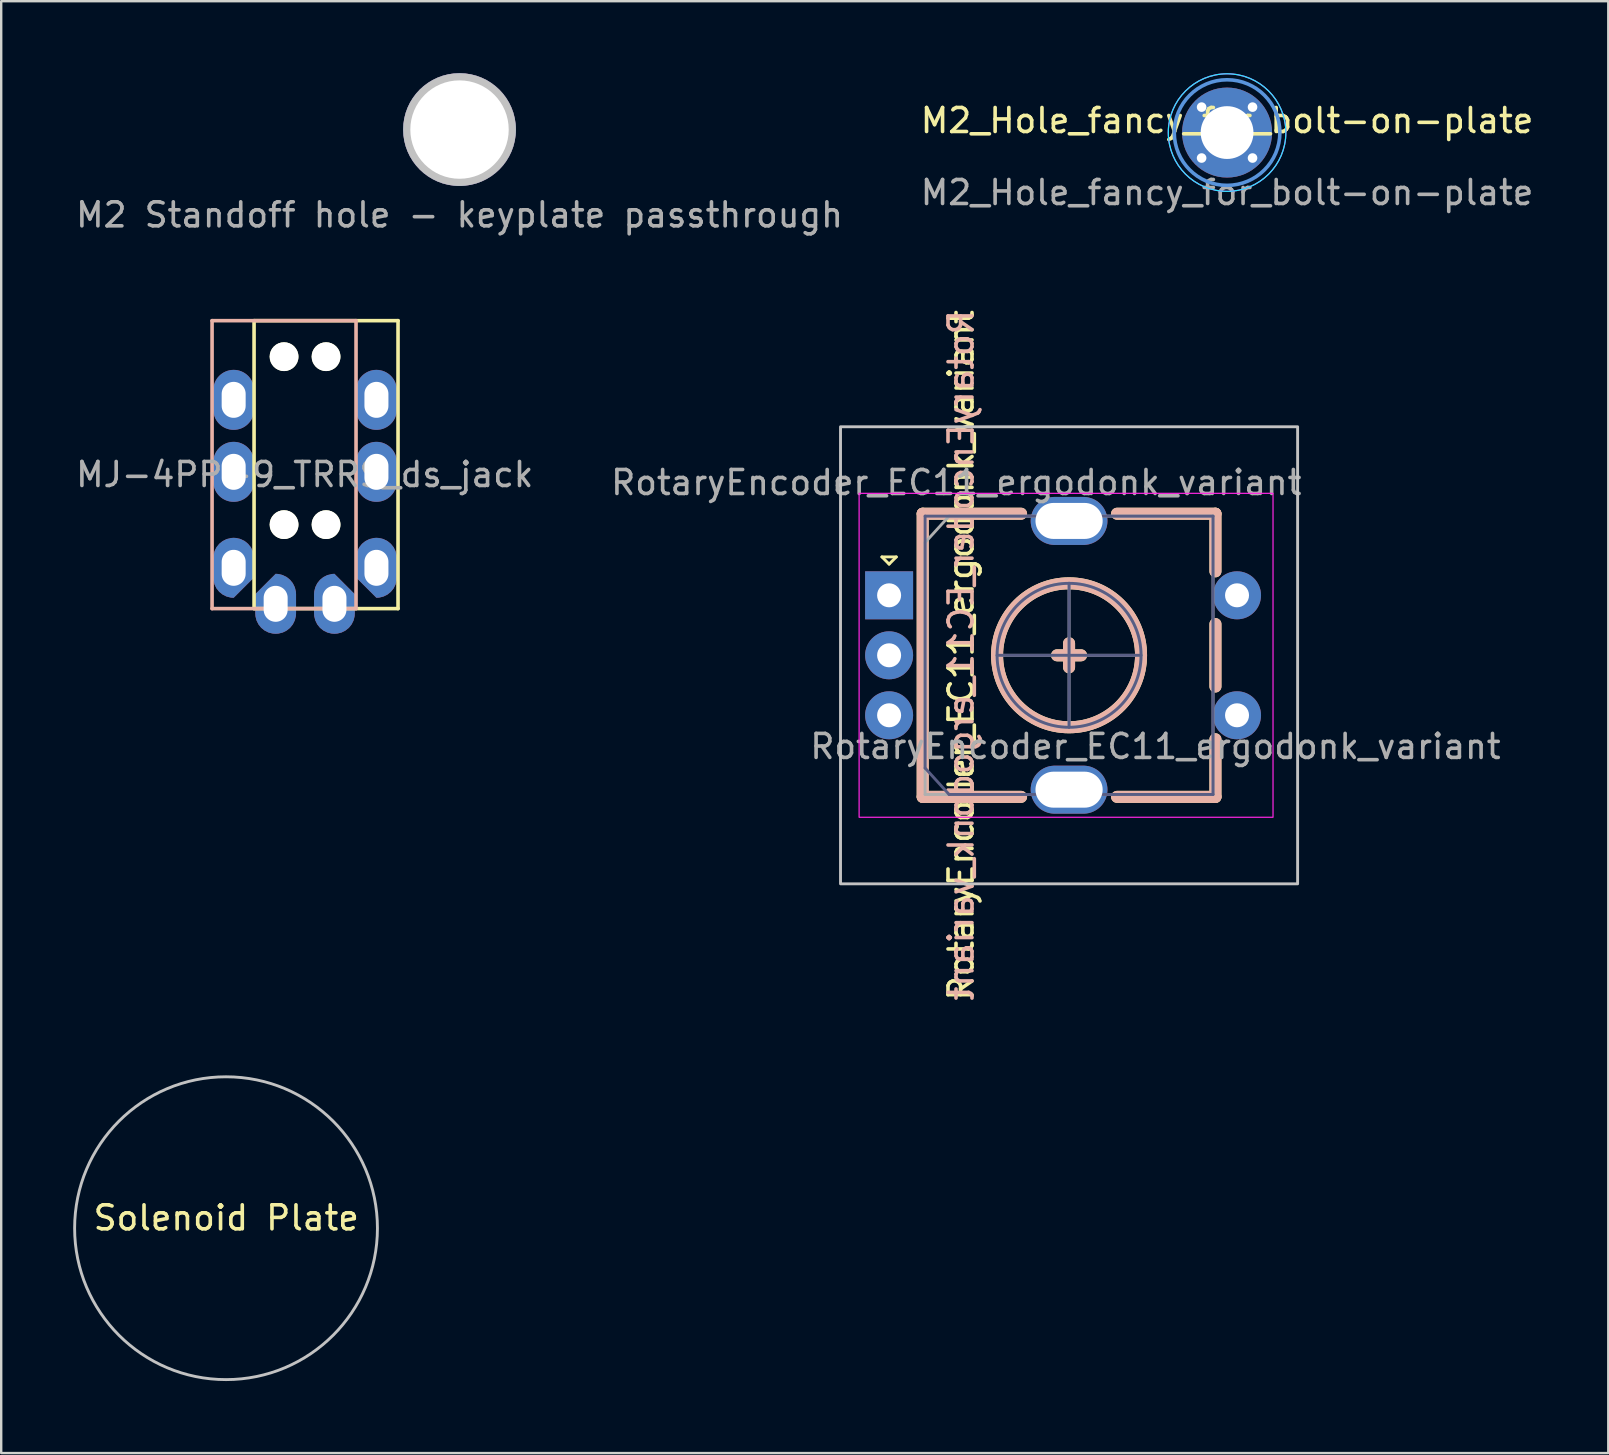
<source format=kicad_pcb>
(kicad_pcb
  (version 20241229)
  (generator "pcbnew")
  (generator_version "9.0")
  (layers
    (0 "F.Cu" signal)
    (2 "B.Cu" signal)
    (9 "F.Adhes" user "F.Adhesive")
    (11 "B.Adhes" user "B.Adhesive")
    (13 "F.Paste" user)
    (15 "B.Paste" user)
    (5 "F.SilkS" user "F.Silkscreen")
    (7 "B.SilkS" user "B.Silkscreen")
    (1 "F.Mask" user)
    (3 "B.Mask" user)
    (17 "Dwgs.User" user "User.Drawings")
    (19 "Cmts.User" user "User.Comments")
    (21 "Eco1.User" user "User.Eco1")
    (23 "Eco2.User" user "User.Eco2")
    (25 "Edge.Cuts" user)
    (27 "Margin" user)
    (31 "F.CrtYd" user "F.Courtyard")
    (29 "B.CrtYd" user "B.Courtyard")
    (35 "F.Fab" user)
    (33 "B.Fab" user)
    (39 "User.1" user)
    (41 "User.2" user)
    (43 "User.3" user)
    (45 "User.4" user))
  (footprint "M2_Hole_fancy_for_bolt-on-plate"
    (layer "F.Cu")
    (at 48.089 2.475)
    (property "Reference" "M2_Hole_fancy_for_bolt-on-plate" (at 0 -0.5 0) (unlocked yes) (layer "F.SilkS") (effects (font (size 1 1) (thickness 0.15))))
    (attr through_hole)
    (fp_circle (center 0 0) (end 1.556 1.556) (stroke (width 0.15) (type solid)) (fill no) (layer "Cmts.User"))
    (fp_circle (center 0 0) (end 1.732 1.732) (stroke (width 0.05) (type solid)) (fill no) (layer "B.CrtYd"))
    (fp_circle (center 0 0) (end 2.45 0) (stroke (width 0.05) (type solid)) (fill no) (layer "F.CrtYd"))
    (fp_text user "${REFERENCE}" (at 0 2.5 0) (unlocked yes) (layer "F.Fab") (effects (font (size 1 1) (thickness 0.15))))
    (pad "1" thru_hole circle (at -1.061 -1.061 135) (size 0.7 0.7) (drill 0.4) (layers "*.Cu" "*.Mask"))
    (pad "1" thru_hole circle (at -1.061 1.061 135) (size 0.7 0.7) (drill 0.4) (layers "*.Cu" "*.Mask"))
    (pad "1" thru_hole circle (at 0 0 135) (size 3.75 3.75) (drill 2.2) (layers "*.Cu" "*.Mask"))
    (pad "1" thru_hole circle (at 1.061 -1.061 135) (size 0.7 0.7) (drill 0.4) (layers "*.Cu" "*.Mask"))
    (pad "1" thru_hole circle (at 1.061 1.061 135) (size 0.7 0.7) (drill 0.4) (layers "*.Cu" "*.Mask")))
  (footprint "Solenoid Plate"
    (layer "F.Cu")
    (at 6.38 48.206)
    (property "Reference" "Solenoid Plate" (at 0 -0.5 0) (unlocked yes) (layer "F.SilkS") (effects (font (size 1 1) (thickness 0.15))))
    (fp_circle (center -0.01 -0.07) (end 6.3 -0.07) (stroke (width 0.12) (type default)) (fill no) (layer "Dwgs.User")))
  (footprint "MJ-4PP-9_TRRS_ds_jack"
    (layer "F.Cu")
    (at 10.538 10.314)
    (property "Reference" "MJ-4PP-9_TRRS_ds_jack" (at -0.889 6.413 0) (layer "F.Fab") (effects (font (size 1 1) (thickness 0.15))))
    (attr through_hole)
    (fp_line (start -3 0) (end -3 12) (stroke (width 0.15) (type solid)) (layer "F.SilkS"))
    (fp_line (start -3 12) (end 3 12) (stroke (width 0.15) (type solid)) (layer "F.SilkS"))
    (fp_line (start 3 0) (end -3 0) (stroke (width 0.15) (type solid)) (layer "F.SilkS"))
    (fp_line (start 3 12) (end 3 0) (stroke (width 0.15) (type solid)) (layer "F.SilkS"))
    (fp_line (start -4.75 0) (end 1.25 0) (stroke (width 0.15) (type solid)) (layer "B.SilkS"))
    (fp_line (start -4.75 12) (end -4.75 0) (stroke (width 0.15) (type solid)) (layer "B.SilkS"))
    (fp_line (start -4.75 12) (end 1.25 12) (stroke (width 0.15) (type solid)) (layer "B.SilkS"))
    (fp_line (start 1.25 0) (end 1.25 12) (stroke (width 0.15) (type solid)) (layer "B.SilkS"))
    (fp_rect (start -5.25 -0.5) (end 3.5 12.5) (stroke (width 0.12) (type default)) (fill no) (layer "User.4"))
    (fp_rect (start -5.25 -0.5) (end 3.5 12.5) (stroke (width 0.12) (type default)) (fill no) (layer "User.8"))
    (pad "" np_thru_hole circle (at -1.75 1.5) (size 1.2 1.2) (drill 1.2) (layers "*.Cu" "*.Mask" "F.SilkS"))
    (pad "" np_thru_hole circle (at -1.75 8.5) (size 1.2 1.2) (drill 1.2) (layers "*.Cu" "*.Mask" "F.SilkS"))
    (pad "" np_thru_hole circle (at 0 1.5) (size 1.2 1.2) (drill 1.2) (layers "*.Cu" "*.Mask" "F.SilkS"))
    (pad "" np_thru_hole circle (at 0 8.5) (size 1.2 1.2) (drill 1.2) (layers "*.Cu" "*.Mask" "F.SilkS"))
    (pad "1" thru_hole roundrect (at -2.1 11.8) (size 1.7 2.5) (drill oval 1 1.5) (layers "*.Cu" "B.Mask") (roundrect_rratio 0.5) (chamfer_ratio 0.5) (chamfer top_left))
    (pad "1" thru_hole roundrect (at 0.35 11.8) (size 1.7 2.5) (drill oval 1 1.5) (layers "*.Cu" "F.Mask") (roundrect_rratio 0.5) (chamfer_ratio 0.5) (chamfer top_right))
    (pad "2" thru_hole roundrect (at -3.85 10.3) (size 1.7 2.5) (drill oval 1 1.5) (layers "*.Cu" "F.Mask") (roundrect_rratio 0.5) (chamfer_ratio 0.5) (chamfer bottom_right))
    (pad "2" thru_hole roundrect (at 2.1 10.3) (size 1.7 2.5) (drill oval 1 1.5) (layers "*.Cu" "B.Mask") (roundrect_rratio 0.5) (chamfer_ratio 0.5) (chamfer bottom_left))
    (pad "3" thru_hole oval (at -3.85 6.3) (size 1.7 2.5) (drill oval 1 1.5) (layers "*.Cu" "F.Mask"))
    (pad "3" thru_hole oval (at 2.1 6.3) (size 1.7 2.5) (drill oval 1 1.5) (layers "*.Cu" "B.Mask"))
    (pad "4" thru_hole oval (at -3.85 3.3) (size 1.7 2.5) (drill oval 1 1.5) (layers "*.Cu" "F.Mask"))
    (pad "4" thru_hole oval (at 2.1 3.3) (size 1.7 2.5) (drill oval 1 1.5) (layers "*.Cu" "B.Mask")))
  (footprint "RotaryEncoder_EC11_ergodonk_variant"
    (layer "F.Cu")
    (at 41.504 24.26)
    (property "Reference" "RotaryEncoder_EC11_ergodonk_variant" (at -4.7 -7.2 0) (layer "F.Fab") (effects (font (size 1 1) (thickness 0.15))))
    (attr through_hole)
    (fp_line (start -7.8 -4.1) (end -7.2 -4.1) (stroke (width 0.12) (type solid)) (layer "F.SilkS"))
    (fp_line (start -7.5 -3.8) (end -7.8 -4.1) (stroke (width 0.12) (type solid)) (layer "F.SilkS"))
    (fp_line (start -7.2 -4.1) (end -7.5 -3.8) (stroke (width 0.12) (type solid)) (layer "F.SilkS"))
    (fp_line (start -6.1 -5.9) (end -6.1 5.9) (stroke (width 0.5) (type solid)) (layer "F.SilkS"))
    (fp_line (start -2 -5.9) (end -6.1 -5.9) (stroke (width 0.5) (type solid)) (layer "F.SilkS"))
    (fp_line (start -2 5.9) (end -6.1 5.9) (stroke (width 0.5) (type solid)) (layer "F.SilkS"))
    (fp_line (start -0.5 0) (end 0.5 0) (stroke (width 0.5) (type solid)) (layer "F.SilkS"))
    (fp_line (start 0 -0.5) (end 0 0.5) (stroke (width 0.5) (type solid)) (layer "F.SilkS"))
    (fp_line (start 2 -5.9) (end 6.1 -5.9) (stroke (width 0.5) (type solid)) (layer "F.SilkS"))
    (fp_line (start 6.1 -5.9) (end 6.1 -3.5) (stroke (width 0.5) (type solid)) (layer "F.SilkS"))
    (fp_line (start 6.1 -1.3) (end 6.1 1.3) (stroke (width 0.5) (type solid)) (layer "F.SilkS"))
    (fp_line (start 6.1 3.5) (end 6.1 5.9) (stroke (width 0.5) (type solid)) (layer "F.SilkS"))
    (fp_line (start 6.1 5.9) (end 2 5.9) (stroke (width 0.5) (type solid)) (layer "F.SilkS"))
    (fp_circle (center 0 0) (end 3 0) (stroke (width 0.5) (type solid)) (fill no) (layer "F.SilkS"))
    (fp_line (start -6.1 5.9) (end -6.1 -5.9) (stroke (width 0.5) (type solid)) (layer "B.SilkS"))
    (fp_line (start -2 -5.9) (end -6.1 -5.9) (stroke (width 0.5) (type solid)) (layer "B.SilkS"))
    (fp_line (start -2 5.9) (end -6.1 5.9) (stroke (width 0.5) (type solid)) (layer "B.SilkS"))
    (fp_line (start -0.5 0) (end 0.5 0) (stroke (width 0.5) (type solid)) (layer "B.SilkS"))
    (fp_line (start 0 0.5) (end 0 -0.5) (stroke (width 0.5) (type solid)) (layer "B.SilkS"))
    (fp_line (start 2 5.9) (end 6.1 5.9) (stroke (width 0.5) (type solid)) (layer "B.SilkS"))
    (fp_line (start 6.1 -5.9) (end 2 -5.9) (stroke (width 0.5) (type solid)) (layer "B.SilkS"))
    (fp_line (start 6.1 -3.5) (end 6.1 -5.9) (stroke (width 0.5) (type solid)) (layer "B.SilkS"))
    (fp_line (start 6.1 1.3) (end 6.1 -1.3) (stroke (width 0.5) (type solid)) (layer "B.SilkS"))
    (fp_line (start 6.1 5.9) (end 6.1 3.5) (stroke (width 0.5) (type solid)) (layer "B.SilkS"))
    (fp_circle (center 0 0) (end 3 0) (stroke (width 0.5) (type solid)) (fill no) (layer "B.SilkS"))
    (fp_rect (start 9.525 -9.525) (end -9.525 9.525) (stroke (width 0.12) (type solid)) (fill no) (layer "Dwgs.User"))
    (fp_rect (start -8.75 -6.75) (end 8.5 6.75) (stroke (width 0.05) (type default)) (fill no) (layer "F.CrtYd"))
    (fp_line (start -6 -5.8) (end -6 4.7) (stroke (width 0.12) (type solid)) (layer "B.Fab"))
    (fp_line (start -6 4.7) (end -5 5.8) (stroke (width 0.12) (type solid)) (layer "B.Fab"))
    (fp_line (start -5 5.8) (end 6 5.8) (stroke (width 0.12) (type solid)) (layer "B.Fab"))
    (fp_line (start -3 0) (end 3 0) (stroke (width 0.12) (type solid)) (layer "B.Fab"))
    (fp_line (start 0 3) (end 0 -3) (stroke (width 0.12) (type solid)) (layer "B.Fab"))
    (fp_line (start 6 -5.8) (end -6 -5.8) (stroke (width 0.12) (type solid)) (layer "B.Fab"))
    (fp_line (start 6 5.8) (end 6 -5.8) (stroke (width 0.12) (type solid)) (layer "B.Fab"))
    (fp_circle (center 0 0) (end 3 0) (stroke (width 0.12) (type solid)) (fill no) (layer "B.Fab"))
    (fp_line (start -6 -4.7) (end -5 -5.8) (stroke (width 0.12) (type solid)) (layer "F.Fab"))
    (fp_line (start -6 5.8) (end -6 -4.7) (stroke (width 0.12) (type solid)) (layer "F.Fab"))
    (fp_line (start -5 -5.8) (end 6 -5.8) (stroke (width 0.12) (type solid)) (layer "F.Fab"))
    (fp_line (start -3 0) (end 3 0) (stroke (width 0.12) (type solid)) (layer "F.Fab"))
    (fp_line (start 0 -3) (end 0 3) (stroke (width 0.12) (type solid)) (layer "F.Fab"))
    (fp_line (start 6 -5.8) (end 6 5.8) (stroke (width 0.12) (type solid)) (layer "F.Fab"))
    (fp_line (start 6 5.8) (end -6 5.8) (stroke (width 0.12) (type solid)) (layer "F.Fab"))
    (fp_circle (center 0 0) (end 3 0) (stroke (width 0.12) (type solid)) (fill no) (layer "F.Fab"))
    (fp_rect (start -8 -6.5) (end 7.6 6.5) (stroke (width 0.12) (type default)) (fill no) (layer "User.4"))
    (fp_text user "${REFERENCE}" (at -4.5 0 90) (layer "F.SilkS") (effects (font (size 1 1) (thickness 0.15))))
    (fp_text user "${REFERENCE}" (at -4.5 0 270) (layer "B.SilkS") (effects (font (size 1 1) (thickness 0.15)) (justify mirror)))
    (fp_text user "${REFERENCE}" (at 3.6 3.8 0) (layer "F.Fab") (effects (font (size 1 1) (thickness 0.15))))
    (pad "" np_thru_hole oval (at 0 -5.6) (size 3.2 2) (drill oval 2.8 1.5) (layers "*.Cu" "*.Mask"))
    (pad "" np_thru_hole oval (at 0 5.6) (size 3.2 2) (drill oval 2.8 1.5) (layers "*.Cu" "*.Mask"))
    (pad "A" thru_hole rect (at -7.5 -2.5) (size 2 2) (drill 1) (layers "*.Cu" "*.Mask"))
    (pad "B" thru_hole circle (at -7.5 2.5) (size 2 2) (drill 1) (layers "*.Cu" "*.Mask"))
    (pad "C" thru_hole circle (at -7.5 0) (size 2 2) (drill 1) (layers "*.Cu" "*.Mask"))
    (pad "S1" thru_hole circle (at 7 2.5) (size 2 2) (drill 1) (layers "*.Cu" "*.Mask"))
    (pad "S2" thru_hole circle (at 7 -2.5) (size 2 2) (drill 1) (layers "*.Cu" "*.Mask")))
  (footprint "M2 Standoff hole - keyplate passthrough"
    (layer "F.Cu")
    (at 16.101 2.35)
    (property "Reference" "M2 Standoff hole - keyplate passthrough" (at 0 3.556 0) (unlocked yes) (layer "F.Fab") (effects (font (size 1 1) (thickness 0.15))))
    (attr through_hole exclude_from_pos_files exclude_from_bom)
    (fp_circle (center 0 0) (end 1.1 0) (stroke (width 0.1) (type default)) (fill no) (layer "User.3"))
    (fp_circle (center 0 0) (end 2.05 0) (stroke (width 0.1) (type default)) (fill no) (layer "User.4"))
    (fp_circle (center 0 0) (end 1.1 0) (stroke (width 0.1) (type default)) (fill no) (layer "User.5"))
    (fp_circle (center 0 0) (end 1.1 0) (stroke (width 0.1) (type default)) (fill no) (layer "User.6"))
    (fp_circle (center 0 0) (end 1.1 0) (stroke (width 0.1) (type default)) (fill no) (layer "User.7"))
    (fp_circle (center 0 0) (end 1.1 0) (stroke (width 0.1) (type default)) (fill no) (layer "User.9"))
    (pad "" thru_hole circle (at 0 0 90) (size 4.7 4.7) (drill 4.1) (layers "*.Cu" "*.Mask" "Dwgs.User")))
  (gr_rect
    (start -3 -3)
    (end 63.976 57.506)
    (stroke (width 0.1) (type default))
    (fill no)
    (layer "Edge.Cuts")))
</source>
